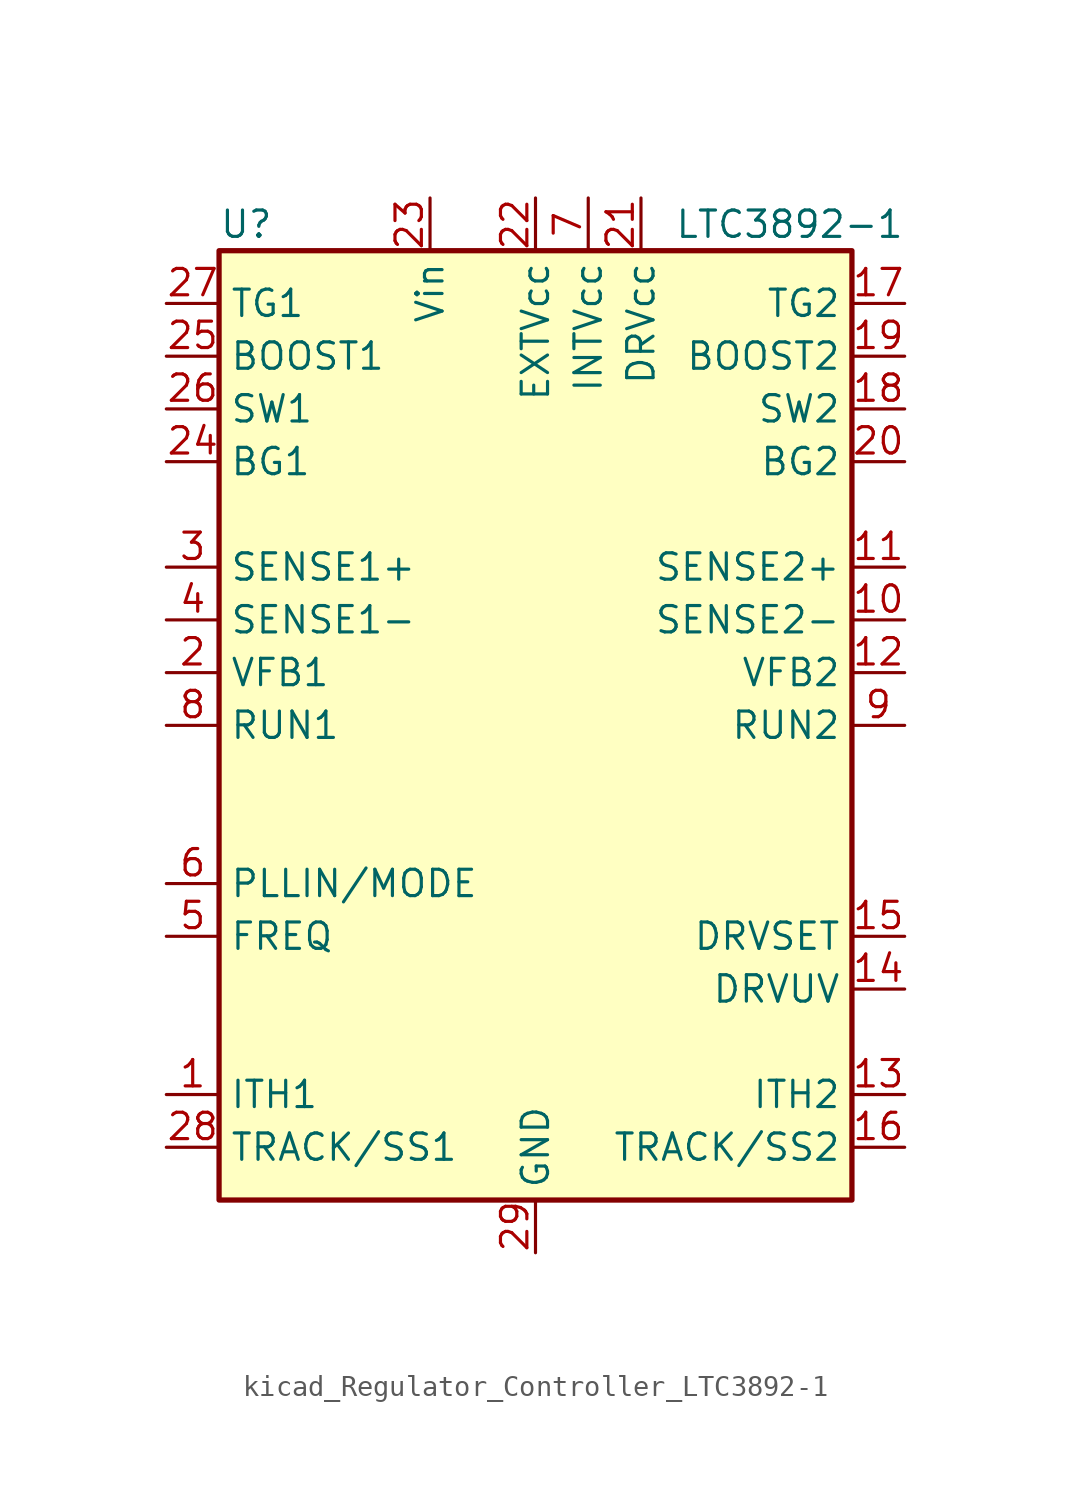
<source format=kicad_sym>
(kicad_symbol_lib
  (version 20220914)
  (generator kicad_symbol_editor)
  (symbol "kicad_Regulator_Controller_LTC3892-1"
    (property "Reference" "U"
      (at -15.24 24.13 0)
      (effects (font (size 1.27 1.27)) (justify left)))
    (property "Value" "LTC3892-1"
      (at 17.78 24.13 0)
      (effects (font (size 1.27 1.27)) (justify right)))
    (symbol "kicad_Regulator_Controller_LTC3892-1_0_1"
      (rectangle (start -15.24 22.86) (end 15.24 -22.86) (stroke (width 0.254) (type default)) (fill (type background))))
    (symbol "kicad_Regulator_Controller_LTC3892-1_1_1"
      (pin passive line (at -17.78 -17.78 0) (length 2.54) (name "ITH1" (effects (font (size 1.27 1.27)))) (number "1" (effects (font (size 1.27 1.27)))))
      (pin input line (at 17.78 5.08 180) (length 2.54) (name "SENSE2-" (effects (font (size 1.27 1.27)))) (number "10" (effects (font (size 1.27 1.27)))))
      (pin input line (at 17.78 7.62 180) (length 2.54) (name "SENSE2+" (effects (font (size 1.27 1.27)))) (number "11" (effects (font (size 1.27 1.27)))))
      (pin input line (at 17.78 2.54 180) (length 2.54) (name "VFB2" (effects (font (size 1.27 1.27)))) (number "12" (effects (font (size 1.27 1.27)))))
      (pin passive line (at 17.78 -17.78 180) (length 2.54) (name "ITH2" (effects (font (size 1.27 1.27)))) (number "13" (effects (font (size 1.27 1.27)))))
      (pin input line (at 17.78 -12.7 180) (length 2.54) (name "DRVUV" (effects (font (size 1.27 1.27)))) (number "14" (effects (font (size 1.27 1.27)))))
      (pin input line (at 17.78 -10.16 180) (length 2.54) (name "DRVSET" (effects (font (size 1.27 1.27)))) (number "15" (effects (font (size 1.27 1.27)))))
      (pin input line (at 17.78 -20.32 180) (length 2.54) (name "TRACK/SS2" (effects (font (size 1.27 1.27)))) (number "16" (effects (font (size 1.27 1.27)))))
      (pin output line (at 17.78 20.32 180) (length 2.54) (name "TG2" (effects (font (size 1.27 1.27)))) (number "17" (effects (font (size 1.27 1.27)))))
      (pin output line (at 17.78 15.24 180) (length 2.54) (name "SW2" (effects (font (size 1.27 1.27)))) (number "18" (effects (font (size 1.27 1.27)))))
      (pin output line (at 17.78 17.78 180) (length 2.54) (name "BOOST2" (effects (font (size 1.27 1.27)))) (number "19" (effects (font (size 1.27 1.27)))))
      (pin input line (at -17.78 2.54 0) (length 2.54) (name "VFB1" (effects (font (size 1.27 1.27)))) (number "2" (effects (font (size 1.27 1.27)))))
      (pin output line (at 17.78 12.7 180) (length 2.54) (name "BG2" (effects (font (size 1.27 1.27)))) (number "20" (effects (font (size 1.27 1.27)))))
      (pin power_out line (at 5.08 25.4 270) (length 2.54) (name "DRVcc" (effects (font (size 1.27 1.27)))) (number "21" (effects (font (size 1.27 1.27)))))
      (pin power_in line (at 0 25.4 270) (length 2.54) (name "EXTVcc" (effects (font (size 1.27 1.27)))) (number "22" (effects (font (size 1.27 1.27)))))
      (pin power_in line (at -5.08 25.4 270) (length 2.54) (name "Vin" (effects (font (size 1.27 1.27)))) (number "23" (effects (font (size 1.27 1.27)))))
      (pin output line (at -17.78 12.7 0) (length 2.54) (name "BG1" (effects (font (size 1.27 1.27)))) (number "24" (effects (font (size 1.27 1.27)))))
      (pin output line (at -17.78 17.78 0) (length 2.54) (name "BOOST1" (effects (font (size 1.27 1.27)))) (number "25" (effects (font (size 1.27 1.27)))))
      (pin output line (at -17.78 15.24 0) (length 2.54) (name "SW1" (effects (font (size 1.27 1.27)))) (number "26" (effects (font (size 1.27 1.27)))))
      (pin output line (at -17.78 20.32 0) (length 2.54) (name "TG1" (effects (font (size 1.27 1.27)))) (number "27" (effects (font (size 1.27 1.27)))))
      (pin input line (at -17.78 -20.32 0) (length 2.54) (name "TRACK/SS1" (effects (font (size 1.27 1.27)))) (number "28" (effects (font (size 1.27 1.27)))))
      (pin power_in line (at 0 -25.4 90) (length 2.54) (name "GND" (effects (font (size 1.27 1.27)))) (number "29" (effects (font (size 1.27 1.27)))))
      (pin input line (at -17.78 7.62 0) (length 2.54) (name "SENSE1+" (effects (font (size 1.27 1.27)))) (number "3" (effects (font (size 1.27 1.27)))))
      (pin input line (at -17.78 5.08 0) (length 2.54) (name "SENSE1-" (effects (font (size 1.27 1.27)))) (number "4" (effects (font (size 1.27 1.27)))))
      (pin input line (at -17.78 -10.16 0) (length 2.54) (name "FREQ" (effects (font (size 1.27 1.27)))) (number "5" (effects (font (size 1.27 1.27)))))
      (pin input line (at -17.78 -7.62 0) (length 2.54) (name "PLLIN/MODE" (effects (font (size 1.27 1.27)))) (number "6" (effects (font (size 1.27 1.27)))))
      (pin power_out line (at 2.54 25.4 270) (length 2.54) (name "INTVcc" (effects (font (size 1.27 1.27)))) (number "7" (effects (font (size 1.27 1.27)))))
      (pin input line (at -17.78 0 0) (length 2.54) (name "RUN1" (effects (font (size 1.27 1.27)))) (number "8" (effects (font (size 1.27 1.27)))))
      (pin input line (at 17.78 0 180) (length 2.54) (name "RUN2" (effects (font (size 1.27 1.27)))) (number "9" (effects (font (size 1.27 1.27))))))))
</source>
